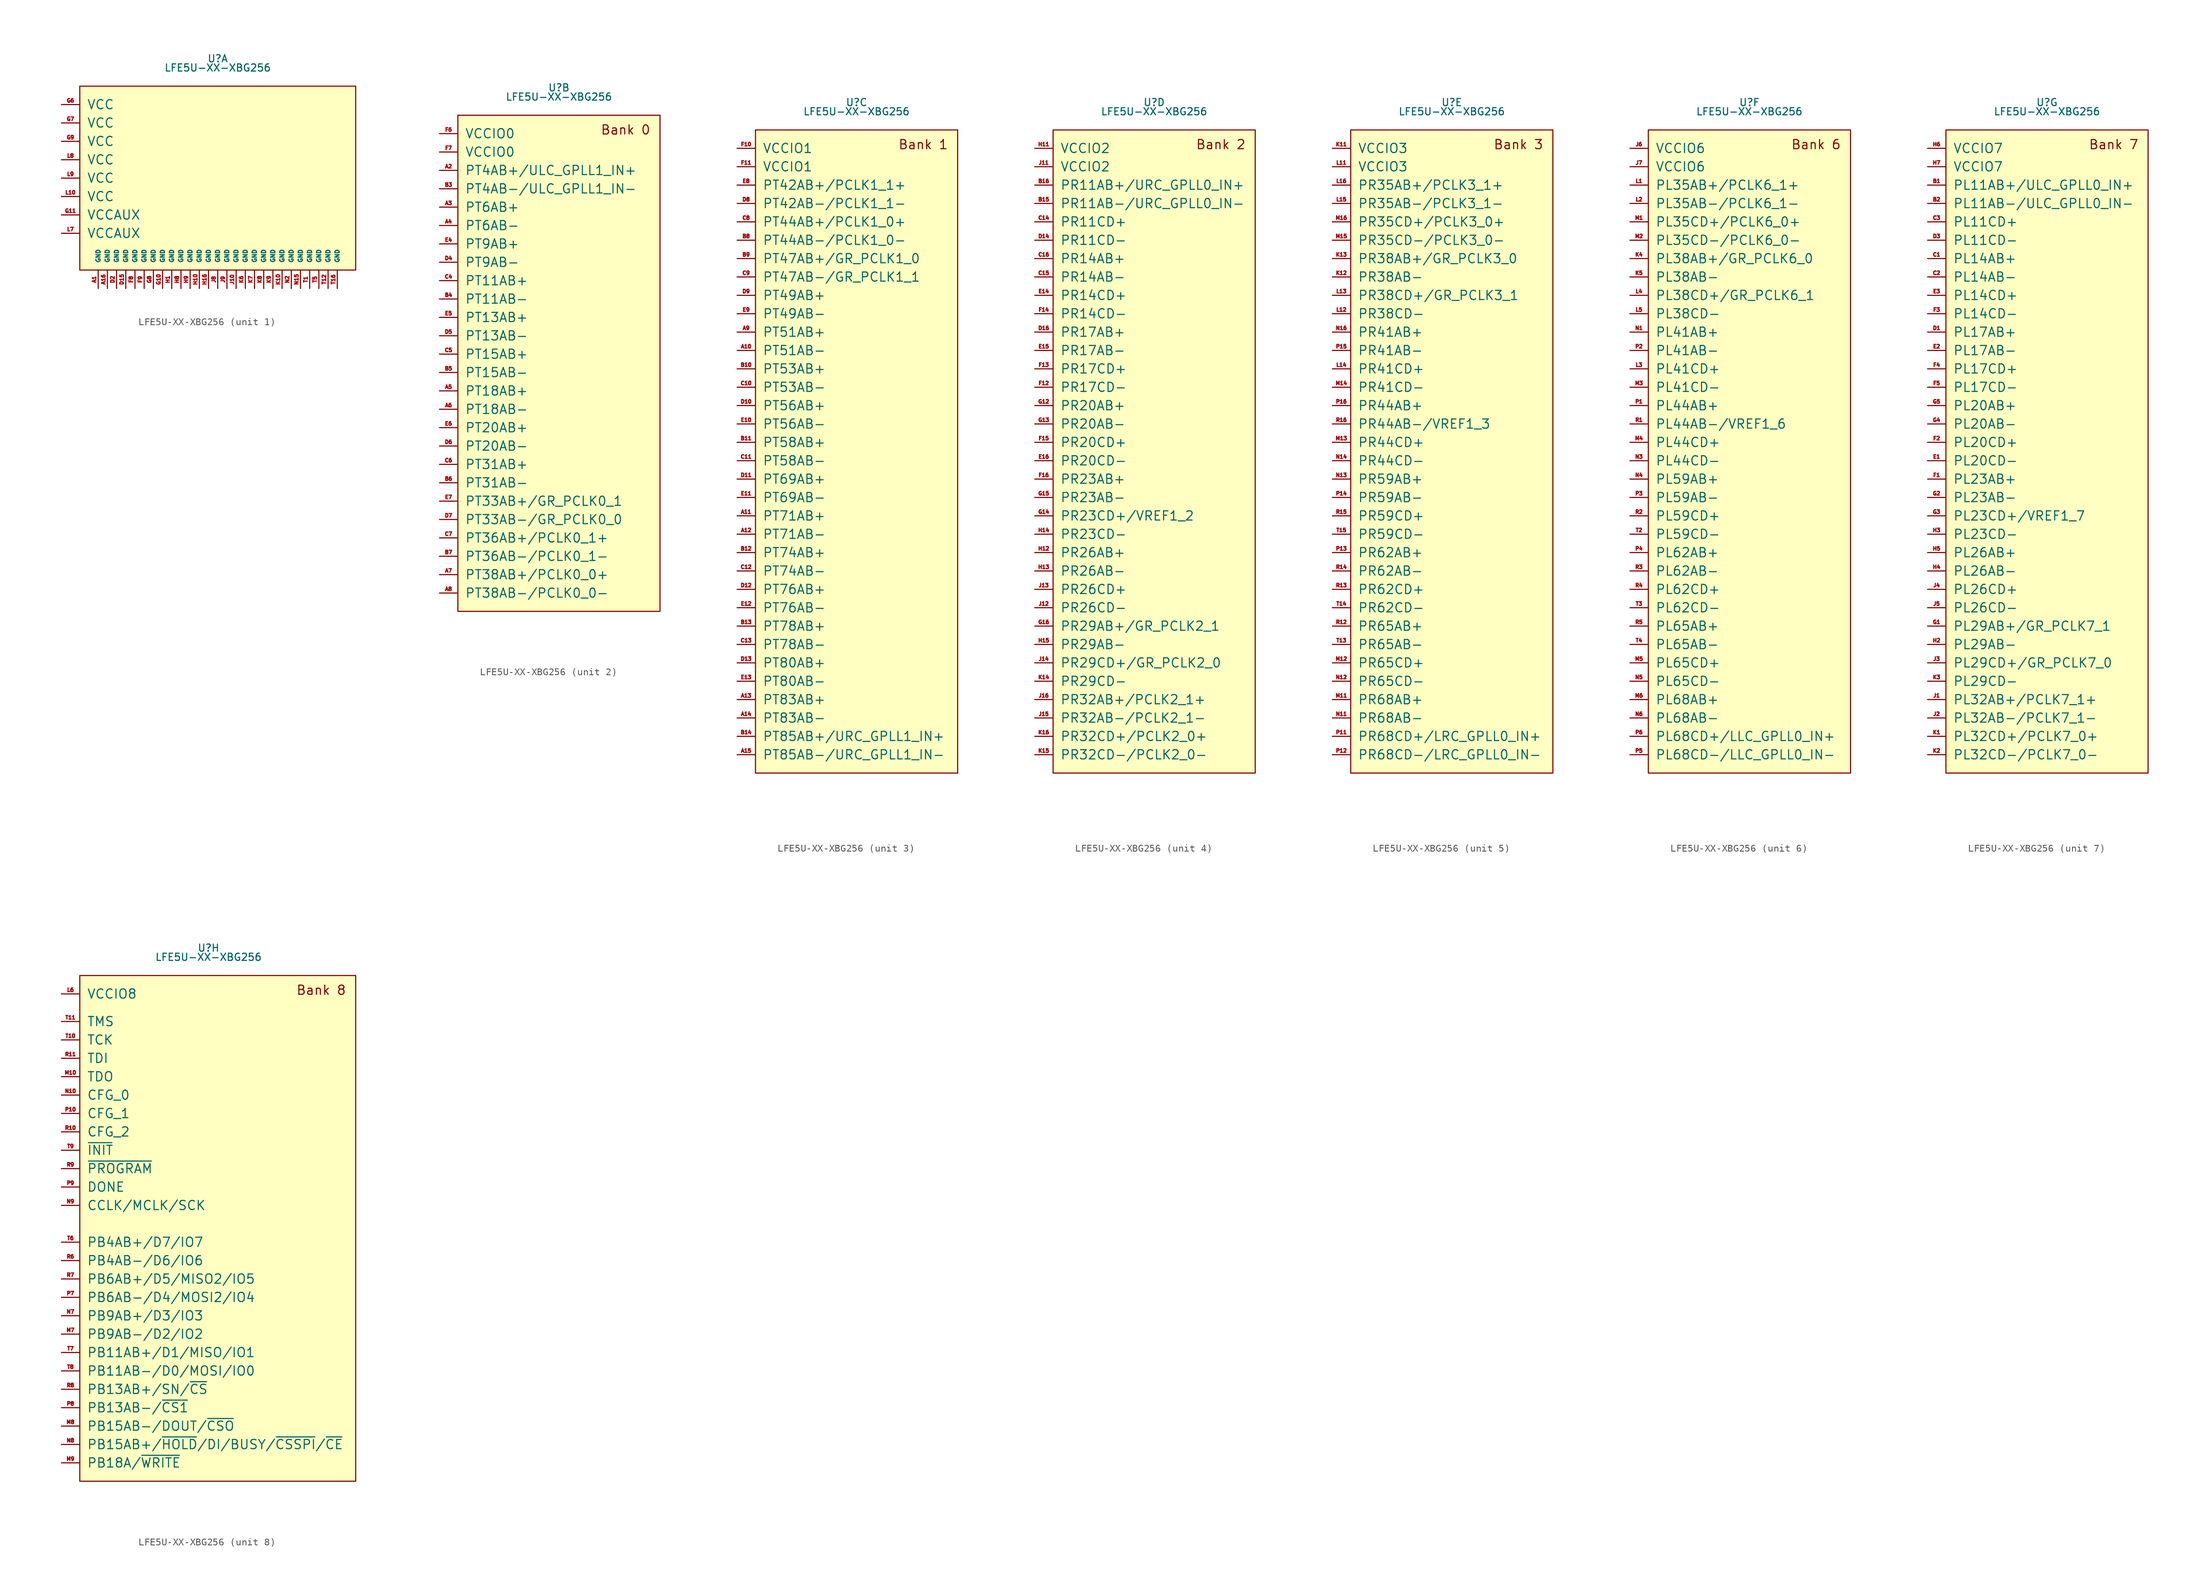
<source format=kicad_sym>
(kicad_symbol_lib
  (version 20201005)
  (generator kicad_symbol_editor)
  (symbol "LFE5U-XX-XBG256"
    (pin_names
      (offset 1.016))
    (property "Reference" "U"
      (at 0 21.59 0)
      (effects (font (size 0.991 0.991))))
    (property "Value" "LFE5U-XX-XBG256"
      (at 0 20.32 0)
      (effects (font (size 0.991 0.991))))
    (property "ki_locked" ""
      (at 0 0 0)
      (effects (font (size 1.27 1.27))))
    (symbol "LFE5U-XX-XBG256_1_1"
      (rectangle (start -19.05 17.78) (end 19.05 -7.62) (stroke (width 0)) (fill (type background)))
      (pin power_in line (at -16.51 -10.16 90) (length 2.489) (name "GND" (effects (font (size 0.584 0.584)))) (number "A1" (effects (font (size 0.508 0.508)))))
      (pin power_in line (at -15.24 -10.16 90) (length 2.489) (name "GND" (effects (font (size 0.584 0.584)))) (number "A16" (effects (font (size 0.508 0.508)))))
      (pin power_in line (at -12.7 -10.16 90) (length 2.489) (name "GND" (effects (font (size 0.584 0.584)))) (number "D15" (effects (font (size 0.508 0.508)))))
      (pin power_in line (at -13.97 -10.16 90) (length 2.489) (name "GND" (effects (font (size 0.584 0.584)))) (number "D2" (effects (font (size 0.508 0.508)))))
      (pin power_in line (at -11.43 -10.16 90) (length 2.489) (name "GND" (effects (font (size 0.584 0.584)))) (number "F8" (effects (font (size 0.508 0.508)))))
      (pin power_in line (at -10.16 -10.16 90) (length 2.489) (name "GND" (effects (font (size 0.584 0.584)))) (number "F9" (effects (font (size 0.508 0.508)))))
      (pin power_in line (at -7.62 -10.16 90) (length 2.489) (name "GND" (effects (font (size 0.584 0.584)))) (number "G10" (effects (font (size 0.508 0.508)))))
      (pin power_in line (at -21.59 0 0) (length 2.489) (name "VCCAUX" (effects (font (size 1.27 1.27)))) (number "G11" (effects (font (size 0.508 0.508)))))
      (pin power_in line (at -21.59 15.24 0) (length 2.489) (name "VCC" (effects (font (size 1.27 1.27)))) (number "G6" (effects (font (size 0.508 0.508)))))
      (pin power_in line (at -21.59 12.7 0) (length 2.489) (name "VCC" (effects (font (size 1.27 1.27)))) (number "G7" (effects (font (size 0.508 0.508)))))
      (pin power_in line (at -8.89 -10.16 90) (length 2.489) (name "GND" (effects (font (size 0.584 0.584)))) (number "G8" (effects (font (size 0.508 0.508)))))
      (pin power_in line (at -21.59 10.16 0) (length 2.489) (name "VCC" (effects (font (size 1.27 1.27)))) (number "G9" (effects (font (size 0.508 0.508)))))
      (pin power_in line (at -6.35 -10.16 90) (length 2.489) (name "GND" (effects (font (size 0.584 0.584)))) (number "H1" (effects (font (size 0.508 0.508)))))
      (pin power_in line (at -2.54 -10.16 90) (length 2.489) (name "GND" (effects (font (size 0.584 0.584)))) (number "H10" (effects (font (size 0.508 0.508)))))
      (pin power_in line (at -1.27 -10.16 90) (length 2.489) (name "GND" (effects (font (size 0.584 0.584)))) (number "H16" (effects (font (size 0.508 0.508)))))
      (pin power_in line (at -5.08 -10.16 90) (length 2.489) (name "GND" (effects (font (size 0.584 0.584)))) (number "H8" (effects (font (size 0.508 0.508)))))
      (pin power_in line (at -3.81 -10.16 90) (length 2.489) (name "GND" (effects (font (size 0.584 0.584)))) (number "H9" (effects (font (size 0.508 0.508)))))
      (pin power_in line (at 2.54 -10.16 90) (length 2.489) (name "GND" (effects (font (size 0.584 0.584)))) (number "J10" (effects (font (size 0.508 0.508)))))
      (pin power_in line (at 0 -10.16 90) (length 2.489) (name "GND" (effects (font (size 0.584 0.584)))) (number "J8" (effects (font (size 0.508 0.508)))))
      (pin power_in line (at 1.27 -10.16 90) (length 2.489) (name "GND" (effects (font (size 0.584 0.584)))) (number "J9" (effects (font (size 0.508 0.508)))))
      (pin power_in line (at 8.89 -10.16 90) (length 2.489) (name "GND" (effects (font (size 0.584 0.584)))) (number "K10" (effects (font (size 0.508 0.508)))))
      (pin power_in line (at 3.81 -10.16 90) (length 2.489) (name "GND" (effects (font (size 0.584 0.584)))) (number "K6" (effects (font (size 0.508 0.508)))))
      (pin power_in line (at 5.08 -10.16 90) (length 2.489) (name "GND" (effects (font (size 0.584 0.584)))) (number "K7" (effects (font (size 0.508 0.508)))))
      (pin power_in line (at 6.35 -10.16 90) (length 2.489) (name "GND" (effects (font (size 0.584 0.584)))) (number "K8" (effects (font (size 0.508 0.508)))))
      (pin power_in line (at 7.62 -10.16 90) (length 2.489) (name "GND" (effects (font (size 0.584 0.584)))) (number "K9" (effects (font (size 0.508 0.508)))))
      (pin power_in line (at -21.59 2.54 0) (length 2.489) (name "VCC" (effects (font (size 1.27 1.27)))) (number "L10" (effects (font (size 0.508 0.508)))))
      (pin power_in line (at -21.59 -2.54 0) (length 2.489) (name "VCCAUX" (effects (font (size 1.27 1.27)))) (number "L7" (effects (font (size 0.508 0.508)))))
      (pin power_in line (at -21.59 7.62 0) (length 2.489) (name "VCC" (effects (font (size 1.27 1.27)))) (number "L8" (effects (font (size 0.508 0.508)))))
      (pin power_in line (at -21.59 5.08 0) (length 2.489) (name "VCC" (effects (font (size 1.27 1.27)))) (number "L9" (effects (font (size 0.508 0.508)))))
      (pin power_in line (at 11.43 -10.16 90) (length 2.489) (name "GND" (effects (font (size 0.584 0.584)))) (number "N15" (effects (font (size 0.508 0.508)))))
      (pin power_in line (at 10.16 -10.16 90) (length 2.489) (name "GND" (effects (font (size 0.584 0.584)))) (number "N2" (effects (font (size 0.508 0.508)))))
      (pin power_in line (at 12.7 -10.16 90) (length 2.489) (name "GND" (effects (font (size 0.584 0.584)))) (number "T1" (effects (font (size 0.508 0.508)))))
      (pin power_in line (at 15.24 -10.16 90) (length 2.489) (name "GND" (effects (font (size 0.584 0.584)))) (number "T12" (effects (font (size 0.508 0.508)))))
      (pin power_in line (at 16.51 -10.16 90) (length 2.489) (name "GND" (effects (font (size 0.584 0.584)))) (number "T16" (effects (font (size 0.508 0.508)))))
      (pin power_in line (at 13.97 -10.16 90) (length 2.489) (name "GND" (effects (font (size 0.584 0.584)))) (number "T5" (effects (font (size 0.508 0.508))))))
    (symbol "LFE5U-XX-XBG256_2_1"
      (text "Bank 0" (at 12.7 16.51 0) (effects (font (size 1.27 1.27)) (justify right top)))
      (rectangle (start -13.97 17.78) (end 13.97 -50.8) (stroke (width 0.152)) (fill (type background)))
      (pin bidirectional line (at -16.51 10.16 0) (length 2.489) (name "PT4AB+/ULC_GPLL1_IN+" (effects (font (size 1.27 1.27)))) (number "A2" (effects (font (size 0.508 0.508)))))
      (pin bidirectional line (at -16.51 5.08 0) (length 2.489) (name "PT6AB+" (effects (font (size 1.27 1.27)))) (number "A3" (effects (font (size 0.508 0.508)))))
      (pin bidirectional line (at -16.51 2.54 0) (length 2.489) (name "PT6AB-" (effects (font (size 1.27 1.27)))) (number "A4" (effects (font (size 0.508 0.508)))))
      (pin bidirectional line (at -16.51 -20.32 0) (length 2.489) (name "PT18AB+" (effects (font (size 1.27 1.27)))) (number "A5" (effects (font (size 0.508 0.508)))))
      (pin bidirectional line (at -16.51 -22.86 0) (length 2.489) (name "PT18AB-" (effects (font (size 1.27 1.27)))) (number "A6" (effects (font (size 0.508 0.508)))))
      (pin bidirectional line (at -16.51 -45.72 0) (length 2.489) (name "PT38AB+/PCLK0_0+" (effects (font (size 1.27 1.27)))) (number "A7" (effects (font (size 0.508 0.508)))))
      (pin bidirectional line (at -16.51 -48.26 0) (length 2.489) (name "PT38AB-/PCLK0_0-" (effects (font (size 1.27 1.27)))) (number "A8" (effects (font (size 0.508 0.508)))))
      (pin bidirectional line (at -16.51 7.62 0) (length 2.489) (name "PT4AB-/ULC_GPLL1_IN-" (effects (font (size 1.27 1.27)))) (number "B3" (effects (font (size 0.508 0.508)))))
      (pin bidirectional line (at -16.51 -7.62 0) (length 2.489) (name "PT11AB-" (effects (font (size 1.27 1.27)))) (number "B4" (effects (font (size 0.508 0.508)))))
      (pin bidirectional line (at -16.51 -17.78 0) (length 2.489) (name "PT15AB-" (effects (font (size 1.27 1.27)))) (number "B5" (effects (font (size 0.508 0.508)))))
      (pin bidirectional line (at -16.51 -33.02 0) (length 2.489) (name "PT31AB-" (effects (font (size 1.27 1.27)))) (number "B6" (effects (font (size 0.508 0.508)))))
      (pin bidirectional line (at -16.51 -43.18 0) (length 2.489) (name "PT36AB-/PCLK0_1-" (effects (font (size 1.27 1.27)))) (number "B7" (effects (font (size 0.508 0.508)))))
      (pin bidirectional line (at -16.51 -5.08 0) (length 2.489) (name "PT11AB+" (effects (font (size 1.27 1.27)))) (number "C4" (effects (font (size 0.508 0.508)))))
      (pin bidirectional line (at -16.51 -15.24 0) (length 2.489) (name "PT15AB+" (effects (font (size 1.27 1.27)))) (number "C5" (effects (font (size 0.508 0.508)))))
      (pin bidirectional line (at -16.51 -30.48 0) (length 2.489) (name "PT31AB+" (effects (font (size 1.27 1.27)))) (number "C6" (effects (font (size 0.508 0.508)))))
      (pin bidirectional line (at -16.51 -40.64 0) (length 2.489) (name "PT36AB+/PCLK0_1+" (effects (font (size 1.27 1.27)))) (number "C7" (effects (font (size 0.508 0.508)))))
      (pin bidirectional line (at -16.51 -2.54 0) (length 2.489) (name "PT9AB-" (effects (font (size 1.27 1.27)))) (number "D4" (effects (font (size 0.508 0.508)))))
      (pin bidirectional line (at -16.51 -12.7 0) (length 2.489) (name "PT13AB-" (effects (font (size 1.27 1.27)))) (number "D5" (effects (font (size 0.508 0.508)))))
      (pin bidirectional line (at -16.51 -27.94 0) (length 2.489) (name "PT20AB-" (effects (font (size 1.27 1.27)))) (number "D6" (effects (font (size 0.508 0.508)))))
      (pin bidirectional line (at -16.51 -38.1 0) (length 2.489) (name "PT33AB-/GR_PCLK0_0" (effects (font (size 1.27 1.27)))) (number "D7" (effects (font (size 0.508 0.508)))))
      (pin bidirectional line (at -16.51 0 0) (length 2.489) (name "PT9AB+" (effects (font (size 1.27 1.27)))) (number "E4" (effects (font (size 0.508 0.508)))))
      (pin bidirectional line (at -16.51 -10.16 0) (length 2.489) (name "PT13AB+" (effects (font (size 1.27 1.27)))) (number "E5" (effects (font (size 0.508 0.508)))))
      (pin bidirectional line (at -16.51 -25.4 0) (length 2.489) (name "PT20AB+" (effects (font (size 1.27 1.27)))) (number "E6" (effects (font (size 0.508 0.508)))))
      (pin bidirectional line (at -16.51 -35.56 0) (length 2.489) (name "PT33AB+/GR_PCLK0_1" (effects (font (size 1.27 1.27)))) (number "E7" (effects (font (size 0.508 0.508)))))
      (pin power_in line (at -16.51 15.24 0) (length 2.489) (name "VCCIO0" (effects (font (size 1.27 1.27)))) (number "F6" (effects (font (size 0.508 0.508)))))
      (pin power_in line (at -16.51 12.7 0) (length 2.489) (name "VCCIO0" (effects (font (size 1.27 1.27)))) (number "F7" (effects (font (size 0.508 0.508))))))
    (symbol "LFE5U-XX-XBG256_3_1"
      (text "Bank 1" (at 12.7 16.51 0) (effects (font (size 1.27 1.27)) (justify right top)))
      (rectangle (start -13.97 17.78) (end 13.97 -71.12) (stroke (width 0.152)) (fill (type background)))
      (pin bidirectional line (at -16.51 -12.7 0) (length 2.489) (name "PT51AB-" (effects (font (size 1.27 1.27)))) (number "A10" (effects (font (size 0.508 0.508)))))
      (pin bidirectional line (at -16.51 -35.56 0) (length 2.489) (name "PT71AB+" (effects (font (size 1.27 1.27)))) (number "A11" (effects (font (size 0.508 0.508)))))
      (pin bidirectional line (at -16.51 -38.1 0) (length 2.489) (name "PT71AB-" (effects (font (size 1.27 1.27)))) (number "A12" (effects (font (size 0.508 0.508)))))
      (pin bidirectional line (at -16.51 -60.96 0) (length 2.489) (name "PT83AB+" (effects (font (size 1.27 1.27)))) (number "A13" (effects (font (size 0.508 0.508)))))
      (pin bidirectional line (at -16.51 -63.5 0) (length 2.489) (name "PT83AB-" (effects (font (size 1.27 1.27)))) (number "A14" (effects (font (size 0.508 0.508)))))
      (pin bidirectional line (at -16.51 -68.58 0) (length 2.489) (name "PT85AB-/URC_GPLL1_IN-" (effects (font (size 1.27 1.27)))) (number "A15" (effects (font (size 0.508 0.508)))))
      (pin bidirectional line (at -16.51 -10.16 0) (length 2.489) (name "PT51AB+" (effects (font (size 1.27 1.27)))) (number "A9" (effects (font (size 0.508 0.508)))))
      (pin bidirectional line (at -16.51 -15.24 0) (length 2.489) (name "PT53AB+" (effects (font (size 1.27 1.27)))) (number "B10" (effects (font (size 0.508 0.508)))))
      (pin bidirectional line (at -16.51 -25.4 0) (length 2.489) (name "PT58AB+" (effects (font (size 1.27 1.27)))) (number "B11" (effects (font (size 0.508 0.508)))))
      (pin bidirectional line (at -16.51 -40.64 0) (length 2.489) (name "PT74AB+" (effects (font (size 1.27 1.27)))) (number "B12" (effects (font (size 0.508 0.508)))))
      (pin bidirectional line (at -16.51 -50.8 0) (length 2.489) (name "PT78AB+" (effects (font (size 1.27 1.27)))) (number "B13" (effects (font (size 0.508 0.508)))))
      (pin bidirectional line (at -16.51 -66.04 0) (length 2.489) (name "PT85AB+/URC_GPLL1_IN+" (effects (font (size 1.27 1.27)))) (number "B14" (effects (font (size 0.508 0.508)))))
      (pin bidirectional line (at -16.51 2.54 0) (length 2.489) (name "PT44AB-/PCLK1_0-" (effects (font (size 1.27 1.27)))) (number "B8" (effects (font (size 0.508 0.508)))))
      (pin bidirectional line (at -16.51 0 0) (length 2.489) (name "PT47AB+/GR_PCLK1_0" (effects (font (size 1.27 1.27)))) (number "B9" (effects (font (size 0.508 0.508)))))
      (pin bidirectional line (at -16.51 -17.78 0) (length 2.489) (name "PT53AB-" (effects (font (size 1.27 1.27)))) (number "C10" (effects (font (size 0.508 0.508)))))
      (pin bidirectional line (at -16.51 -27.94 0) (length 2.489) (name "PT58AB-" (effects (font (size 1.27 1.27)))) (number "C11" (effects (font (size 0.508 0.508)))))
      (pin bidirectional line (at -16.51 -43.18 0) (length 2.489) (name "PT74AB-" (effects (font (size 1.27 1.27)))) (number "C12" (effects (font (size 0.508 0.508)))))
      (pin bidirectional line (at -16.51 -53.34 0) (length 2.489) (name "PT78AB-" (effects (font (size 1.27 1.27)))) (number "C13" (effects (font (size 0.508 0.508)))))
      (pin bidirectional line (at -16.51 5.08 0) (length 2.489) (name "PT44AB+/PCLK1_0+" (effects (font (size 1.27 1.27)))) (number "C8" (effects (font (size 0.508 0.508)))))
      (pin bidirectional line (at -16.51 -2.54 0) (length 2.489) (name "PT47AB-/GR_PCLK1_1" (effects (font (size 1.27 1.27)))) (number "C9" (effects (font (size 0.508 0.508)))))
      (pin bidirectional line (at -16.51 -20.32 0) (length 2.489) (name "PT56AB+" (effects (font (size 1.27 1.27)))) (number "D10" (effects (font (size 0.508 0.508)))))
      (pin bidirectional line (at -16.51 -30.48 0) (length 2.489) (name "PT69AB+" (effects (font (size 1.27 1.27)))) (number "D11" (effects (font (size 0.508 0.508)))))
      (pin bidirectional line (at -16.51 -45.72 0) (length 2.489) (name "PT76AB+" (effects (font (size 1.27 1.27)))) (number "D12" (effects (font (size 0.508 0.508)))))
      (pin bidirectional line (at -16.51 -55.88 0) (length 2.489) (name "PT80AB+" (effects (font (size 1.27 1.27)))) (number "D13" (effects (font (size 0.508 0.508)))))
      (pin bidirectional line (at -16.51 7.62 0) (length 2.489) (name "PT42AB-/PCLK1_1-" (effects (font (size 1.27 1.27)))) (number "D8" (effects (font (size 0.508 0.508)))))
      (pin bidirectional line (at -16.51 -5.08 0) (length 2.489) (name "PT49AB+" (effects (font (size 1.27 1.27)))) (number "D9" (effects (font (size 0.508 0.508)))))
      (pin bidirectional line (at -16.51 -22.86 0) (length 2.489) (name "PT56AB-" (effects (font (size 1.27 1.27)))) (number "E10" (effects (font (size 0.508 0.508)))))
      (pin bidirectional line (at -16.51 -33.02 0) (length 2.489) (name "PT69AB-" (effects (font (size 1.27 1.27)))) (number "E11" (effects (font (size 0.508 0.508)))))
      (pin bidirectional line (at -16.51 -48.26 0) (length 2.489) (name "PT76AB-" (effects (font (size 1.27 1.27)))) (number "E12" (effects (font (size 0.508 0.508)))))
      (pin bidirectional line (at -16.51 -58.42 0) (length 2.489) (name "PT80AB-" (effects (font (size 1.27 1.27)))) (number "E13" (effects (font (size 0.508 0.508)))))
      (pin bidirectional line (at -16.51 10.16 0) (length 2.489) (name "PT42AB+/PCLK1_1+" (effects (font (size 1.27 1.27)))) (number "E8" (effects (font (size 0.508 0.508)))))
      (pin bidirectional line (at -16.51 -7.62 0) (length 2.489) (name "PT49AB-" (effects (font (size 1.27 1.27)))) (number "E9" (effects (font (size 0.508 0.508)))))
      (pin power_in line (at -16.51 15.24 0) (length 2.489) (name "VCCIO1" (effects (font (size 1.27 1.27)))) (number "F10" (effects (font (size 0.508 0.508)))))
      (pin power_in line (at -16.51 12.7 0) (length 2.489) (name "VCCIO1" (effects (font (size 1.27 1.27)))) (number "F11" (effects (font (size 0.508 0.508))))))
    (symbol "LFE5U-XX-XBG256_4_1"
      (text "Bank 2" (at 12.7 16.51 0) (effects (font (size 1.27 1.27)) (justify right top)))
      (rectangle (start -13.97 17.78) (end 13.97 -71.12) (stroke (width 0.152)) (fill (type background)))
      (pin bidirectional line (at -16.51 7.62 0) (length 2.489) (name "PR11AB-/URC_GPLL0_IN-" (effects (font (size 1.27 1.27)))) (number "B15" (effects (font (size 0.508 0.508)))))
      (pin bidirectional line (at -16.51 10.16 0) (length 2.489) (name "PR11AB+/URC_GPLL0_IN+" (effects (font (size 1.27 1.27)))) (number "B16" (effects (font (size 0.508 0.508)))))
      (pin bidirectional line (at -16.51 5.08 0) (length 2.489) (name "PR11CD+" (effects (font (size 1.27 1.27)))) (number "C14" (effects (font (size 0.508 0.508)))))
      (pin bidirectional line (at -16.51 -2.54 0) (length 2.489) (name "PR14AB-" (effects (font (size 1.27 1.27)))) (number "C15" (effects (font (size 0.508 0.508)))))
      (pin bidirectional line (at -16.51 0 0) (length 2.489) (name "PR14AB+" (effects (font (size 1.27 1.27)))) (number "C16" (effects (font (size 0.508 0.508)))))
      (pin bidirectional line (at -16.51 2.54 0) (length 2.489) (name "PR11CD-" (effects (font (size 1.27 1.27)))) (number "D14" (effects (font (size 0.508 0.508)))))
      (pin bidirectional line (at -16.51 -10.16 0) (length 2.489) (name "PR17AB+" (effects (font (size 1.27 1.27)))) (number "D16" (effects (font (size 0.508 0.508)))))
      (pin bidirectional line (at -16.51 -5.08 0) (length 2.489) (name "PR14CD+" (effects (font (size 1.27 1.27)))) (number "E14" (effects (font (size 0.508 0.508)))))
      (pin bidirectional line (at -16.51 -12.7 0) (length 2.489) (name "PR17AB-" (effects (font (size 1.27 1.27)))) (number "E15" (effects (font (size 0.508 0.508)))))
      (pin bidirectional line (at -16.51 -27.94 0) (length 2.489) (name "PR20CD-" (effects (font (size 1.27 1.27)))) (number "E16" (effects (font (size 0.508 0.508)))))
      (pin bidirectional line (at -16.51 -17.78 0) (length 2.489) (name "PR17CD-" (effects (font (size 1.27 1.27)))) (number "F12" (effects (font (size 0.508 0.508)))))
      (pin bidirectional line (at -16.51 -15.24 0) (length 2.489) (name "PR17CD+" (effects (font (size 1.27 1.27)))) (number "F13" (effects (font (size 0.508 0.508)))))
      (pin bidirectional line (at -16.51 -7.62 0) (length 2.489) (name "PR14CD-" (effects (font (size 1.27 1.27)))) (number "F14" (effects (font (size 0.508 0.508)))))
      (pin bidirectional line (at -16.51 -25.4 0) (length 2.489) (name "PR20CD+" (effects (font (size 1.27 1.27)))) (number "F15" (effects (font (size 0.508 0.508)))))
      (pin bidirectional line (at -16.51 -30.48 0) (length 2.489) (name "PR23AB+" (effects (font (size 1.27 1.27)))) (number "F16" (effects (font (size 0.508 0.508)))))
      (pin bidirectional line (at -16.51 -20.32 0) (length 2.489) (name "PR20AB+" (effects (font (size 1.27 1.27)))) (number "G12" (effects (font (size 0.508 0.508)))))
      (pin bidirectional line (at -16.51 -22.86 0) (length 2.489) (name "PR20AB-" (effects (font (size 1.27 1.27)))) (number "G13" (effects (font (size 0.508 0.508)))))
      (pin bidirectional line (at -16.51 -35.56 0) (length 2.489) (name "PR23CD+/VREF1_2" (effects (font (size 1.27 1.27)))) (number "G14" (effects (font (size 0.508 0.508)))))
      (pin bidirectional line (at -16.51 -33.02 0) (length 2.489) (name "PR23AB-" (effects (font (size 1.27 1.27)))) (number "G15" (effects (font (size 0.508 0.508)))))
      (pin bidirectional line (at -16.51 -50.8 0) (length 2.489) (name "PR29AB+/GR_PCLK2_1" (effects (font (size 1.27 1.27)))) (number "G16" (effects (font (size 0.508 0.508)))))
      (pin power_in line (at -16.51 15.24 0) (length 2.489) (name "VCCIO2" (effects (font (size 1.27 1.27)))) (number "H11" (effects (font (size 0.508 0.508)))))
      (pin bidirectional line (at -16.51 -40.64 0) (length 2.489) (name "PR26AB+" (effects (font (size 1.27 1.27)))) (number "H12" (effects (font (size 0.508 0.508)))))
      (pin bidirectional line (at -16.51 -43.18 0) (length 2.489) (name "PR26AB-" (effects (font (size 1.27 1.27)))) (number "H13" (effects (font (size 0.508 0.508)))))
      (pin bidirectional line (at -16.51 -38.1 0) (length 2.489) (name "PR23CD-" (effects (font (size 1.27 1.27)))) (number "H14" (effects (font (size 0.508 0.508)))))
      (pin bidirectional line (at -16.51 -53.34 0) (length 2.489) (name "PR29AB-" (effects (font (size 1.27 1.27)))) (number "H15" (effects (font (size 0.508 0.508)))))
      (pin power_in line (at -16.51 12.7 0) (length 2.489) (name "VCCIO2" (effects (font (size 1.27 1.27)))) (number "J11" (effects (font (size 0.508 0.508)))))
      (pin bidirectional line (at -16.51 -48.26 0) (length 2.489) (name "PR26CD-" (effects (font (size 1.27 1.27)))) (number "J12" (effects (font (size 0.508 0.508)))))
      (pin bidirectional line (at -16.51 -45.72 0) (length 2.489) (name "PR26CD+" (effects (font (size 1.27 1.27)))) (number "J13" (effects (font (size 0.508 0.508)))))
      (pin bidirectional line (at -16.51 -55.88 0) (length 2.489) (name "PR29CD+/GR_PCLK2_0" (effects (font (size 1.27 1.27)))) (number "J14" (effects (font (size 0.508 0.508)))))
      (pin bidirectional line (at -16.51 -63.5 0) (length 2.489) (name "PR32AB-/PCLK2_1-" (effects (font (size 1.27 1.27)))) (number "J15" (effects (font (size 0.508 0.508)))))
      (pin bidirectional line (at -16.51 -60.96 0) (length 2.489) (name "PR32AB+/PCLK2_1+" (effects (font (size 1.27 1.27)))) (number "J16" (effects (font (size 0.508 0.508)))))
      (pin bidirectional line (at -16.51 -58.42 0) (length 2.489) (name "PR29CD-" (effects (font (size 1.27 1.27)))) (number "K14" (effects (font (size 0.508 0.508)))))
      (pin bidirectional line (at -16.51 -68.58 0) (length 2.489) (name "PR32CD-/PCLK2_0-" (effects (font (size 1.27 1.27)))) (number "K15" (effects (font (size 0.508 0.508)))))
      (pin bidirectional line (at -16.51 -66.04 0) (length 2.489) (name "PR32CD+/PCLK2_0+" (effects (font (size 1.27 1.27)))) (number "K16" (effects (font (size 0.508 0.508))))))
    (symbol "LFE5U-XX-XBG256_5_1"
      (text "Bank 3" (at 12.7 16.51 0) (effects (font (size 1.27 1.27)) (justify right top)))
      (rectangle (start -13.97 17.78) (end 13.97 -71.12) (stroke (width 0.152)) (fill (type background)))
      (pin power_in line (at -16.51 15.24 0) (length 2.489) (name "VCCIO3" (effects (font (size 1.27 1.27)))) (number "K11" (effects (font (size 0.508 0.508)))))
      (pin bidirectional line (at -16.51 -2.54 0) (length 2.489) (name "PR38AB-" (effects (font (size 1.27 1.27)))) (number "K12" (effects (font (size 0.508 0.508)))))
      (pin bidirectional line (at -16.51 0 0) (length 2.489) (name "PR38AB+/GR_PCLK3_0" (effects (font (size 1.27 1.27)))) (number "K13" (effects (font (size 0.508 0.508)))))
      (pin power_in line (at -16.51 12.7 0) (length 2.489) (name "VCCIO3" (effects (font (size 1.27 1.27)))) (number "L11" (effects (font (size 0.508 0.508)))))
      (pin bidirectional line (at -16.51 -7.62 0) (length 2.489) (name "PR38CD-" (effects (font (size 1.27 1.27)))) (number "L12" (effects (font (size 0.508 0.508)))))
      (pin bidirectional line (at -16.51 -5.08 0) (length 2.489) (name "PR38CD+/GR_PCLK3_1" (effects (font (size 1.27 1.27)))) (number "L13" (effects (font (size 0.508 0.508)))))
      (pin bidirectional line (at -16.51 -15.24 0) (length 2.489) (name "PR41CD+" (effects (font (size 1.27 1.27)))) (number "L14" (effects (font (size 0.508 0.508)))))
      (pin bidirectional line (at -16.51 7.62 0) (length 2.489) (name "PR35AB-/PCLK3_1-" (effects (font (size 1.27 1.27)))) (number "L15" (effects (font (size 0.508 0.508)))))
      (pin bidirectional line (at -16.51 10.16 0) (length 2.489) (name "PR35AB+/PCLK3_1+" (effects (font (size 1.27 1.27)))) (number "L16" (effects (font (size 0.508 0.508)))))
      (pin bidirectional line (at -16.51 -60.96 0) (length 2.489) (name "PR68AB+" (effects (font (size 1.27 1.27)))) (number "M11" (effects (font (size 0.508 0.508)))))
      (pin bidirectional line (at -16.51 -55.88 0) (length 2.489) (name "PR65CD+" (effects (font (size 1.27 1.27)))) (number "M12" (effects (font (size 0.508 0.508)))))
      (pin bidirectional line (at -16.51 -25.4 0) (length 2.489) (name "PR44CD+" (effects (font (size 1.27 1.27)))) (number "M13" (effects (font (size 0.508 0.508)))))
      (pin bidirectional line (at -16.51 -17.78 0) (length 2.489) (name "PR41CD-" (effects (font (size 1.27 1.27)))) (number "M14" (effects (font (size 0.508 0.508)))))
      (pin bidirectional line (at -16.51 2.54 0) (length 2.489) (name "PR35CD-/PCLK3_0-" (effects (font (size 1.27 1.27)))) (number "M15" (effects (font (size 0.508 0.508)))))
      (pin bidirectional line (at -16.51 5.08 0) (length 2.489) (name "PR35CD+/PCLK3_0+" (effects (font (size 1.27 1.27)))) (number "M16" (effects (font (size 0.508 0.508)))))
      (pin bidirectional line (at -16.51 -63.5 0) (length 2.489) (name "PR68AB-" (effects (font (size 1.27 1.27)))) (number "N11" (effects (font (size 0.508 0.508)))))
      (pin bidirectional line (at -16.51 -58.42 0) (length 2.489) (name "PR65CD-" (effects (font (size 1.27 1.27)))) (number "N12" (effects (font (size 0.508 0.508)))))
      (pin bidirectional line (at -16.51 -30.48 0) (length 2.489) (name "PR59AB+" (effects (font (size 1.27 1.27)))) (number "N13" (effects (font (size 0.508 0.508)))))
      (pin bidirectional line (at -16.51 -27.94 0) (length 2.489) (name "PR44CD-" (effects (font (size 1.27 1.27)))) (number "N14" (effects (font (size 0.508 0.508)))))
      (pin bidirectional line (at -16.51 -10.16 0) (length 2.489) (name "PR41AB+" (effects (font (size 1.27 1.27)))) (number "N16" (effects (font (size 0.508 0.508)))))
      (pin bidirectional line (at -16.51 -66.04 0) (length 2.489) (name "PR68CD+/LRC_GPLL0_IN+" (effects (font (size 1.27 1.27)))) (number "P11" (effects (font (size 0.508 0.508)))))
      (pin bidirectional line (at -16.51 -68.58 0) (length 2.489) (name "PR68CD-/LRC_GPLL0_IN-" (effects (font (size 1.27 1.27)))) (number "P12" (effects (font (size 0.508 0.508)))))
      (pin bidirectional line (at -16.51 -40.64 0) (length 2.489) (name "PR62AB+" (effects (font (size 1.27 1.27)))) (number "P13" (effects (font (size 0.508 0.508)))))
      (pin bidirectional line (at -16.51 -33.02 0) (length 2.489) (name "PR59AB-" (effects (font (size 1.27 1.27)))) (number "P14" (effects (font (size 0.508 0.508)))))
      (pin bidirectional line (at -16.51 -12.7 0) (length 2.489) (name "PR41AB-" (effects (font (size 1.27 1.27)))) (number "P15" (effects (font (size 0.508 0.508)))))
      (pin bidirectional line (at -16.51 -20.32 0) (length 2.489) (name "PR44AB+" (effects (font (size 1.27 1.27)))) (number "P16" (effects (font (size 0.508 0.508)))))
      (pin bidirectional line (at -16.51 -50.8 0) (length 2.489) (name "PR65AB+" (effects (font (size 1.27 1.27)))) (number "R12" (effects (font (size 0.508 0.508)))))
      (pin bidirectional line (at -16.51 -45.72 0) (length 2.489) (name "PR62CD+" (effects (font (size 1.27 1.27)))) (number "R13" (effects (font (size 0.508 0.508)))))
      (pin bidirectional line (at -16.51 -43.18 0) (length 2.489) (name "PR62AB-" (effects (font (size 1.27 1.27)))) (number "R14" (effects (font (size 0.508 0.508)))))
      (pin bidirectional line (at -16.51 -35.56 0) (length 2.489) (name "PR59CD+" (effects (font (size 1.27 1.27)))) (number "R15" (effects (font (size 0.508 0.508)))))
      (pin bidirectional line (at -16.51 -22.86 0) (length 2.489) (name "PR44AB-/VREF1_3" (effects (font (size 1.27 1.27)))) (number "R16" (effects (font (size 0.508 0.508)))))
      (pin bidirectional line (at -16.51 -53.34 0) (length 2.489) (name "PR65AB-" (effects (font (size 1.27 1.27)))) (number "T13" (effects (font (size 0.508 0.508)))))
      (pin bidirectional line (at -16.51 -48.26 0) (length 2.489) (name "PR62CD-" (effects (font (size 1.27 1.27)))) (number "T14" (effects (font (size 0.508 0.508)))))
      (pin bidirectional line (at -16.51 -38.1 0) (length 2.489) (name "PR59CD-" (effects (font (size 1.27 1.27)))) (number "T15" (effects (font (size 0.508 0.508))))))
    (symbol "LFE5U-XX-XBG256_6_1"
      (text "Bank 6" (at 12.7 16.51 0) (effects (font (size 1.27 1.27)) (justify right top)))
      (rectangle (start -13.97 17.78) (end 13.97 -71.12) (stroke (width 0.152)) (fill (type background)))
      (pin power_in line (at -16.51 15.24 0) (length 2.489) (name "VCCIO6" (effects (font (size 1.27 1.27)))) (number "J6" (effects (font (size 0.508 0.508)))))
      (pin power_in line (at -16.51 12.7 0) (length 2.489) (name "VCCIO6" (effects (font (size 1.27 1.27)))) (number "J7" (effects (font (size 0.508 0.508)))))
      (pin bidirectional line (at -16.51 0 0) (length 2.489) (name "PL38AB+/GR_PCLK6_0" (effects (font (size 1.27 1.27)))) (number "K4" (effects (font (size 0.508 0.508)))))
      (pin bidirectional line (at -16.51 -2.54 0) (length 2.489) (name "PL38AB-" (effects (font (size 1.27 1.27)))) (number "K5" (effects (font (size 0.508 0.508)))))
      (pin bidirectional line (at -16.51 10.16 0) (length 2.489) (name "PL35AB+/PCLK6_1+" (effects (font (size 1.27 1.27)))) (number "L1" (effects (font (size 0.508 0.508)))))
      (pin bidirectional line (at -16.51 7.62 0) (length 2.489) (name "PL35AB-/PCLK6_1-" (effects (font (size 1.27 1.27)))) (number "L2" (effects (font (size 0.508 0.508)))))
      (pin bidirectional line (at -16.51 -15.24 0) (length 2.489) (name "PL41CD+" (effects (font (size 1.27 1.27)))) (number "L3" (effects (font (size 0.508 0.508)))))
      (pin bidirectional line (at -16.51 -5.08 0) (length 2.489) (name "PL38CD+/GR_PCLK6_1" (effects (font (size 1.27 1.27)))) (number "L4" (effects (font (size 0.508 0.508)))))
      (pin bidirectional line (at -16.51 -7.62 0) (length 2.489) (name "PL38CD-" (effects (font (size 1.27 1.27)))) (number "L5" (effects (font (size 0.508 0.508)))))
      (pin bidirectional line (at -16.51 5.08 0) (length 2.489) (name "PL35CD+/PCLK6_0+" (effects (font (size 1.27 1.27)))) (number "M1" (effects (font (size 0.508 0.508)))))
      (pin bidirectional line (at -16.51 2.54 0) (length 2.489) (name "PL35CD-/PCLK6_0-" (effects (font (size 1.27 1.27)))) (number "M2" (effects (font (size 0.508 0.508)))))
      (pin bidirectional line (at -16.51 -17.78 0) (length 2.489) (name "PL41CD-" (effects (font (size 1.27 1.27)))) (number "M3" (effects (font (size 0.508 0.508)))))
      (pin bidirectional line (at -16.51 -25.4 0) (length 2.489) (name "PL44CD+" (effects (font (size 1.27 1.27)))) (number "M4" (effects (font (size 0.508 0.508)))))
      (pin bidirectional line (at -16.51 -55.88 0) (length 2.489) (name "PL65CD+" (effects (font (size 1.27 1.27)))) (number "M5" (effects (font (size 0.508 0.508)))))
      (pin bidirectional line (at -16.51 -60.96 0) (length 2.489) (name "PL68AB+" (effects (font (size 1.27 1.27)))) (number "M6" (effects (font (size 0.508 0.508)))))
      (pin bidirectional line (at -16.51 -10.16 0) (length 2.489) (name "PL41AB+" (effects (font (size 1.27 1.27)))) (number "N1" (effects (font (size 0.508 0.508)))))
      (pin bidirectional line (at -16.51 -27.94 0) (length 2.489) (name "PL44CD-" (effects (font (size 1.27 1.27)))) (number "N3" (effects (font (size 0.508 0.508)))))
      (pin bidirectional line (at -16.51 -30.48 0) (length 2.489) (name "PL59AB+" (effects (font (size 1.27 1.27)))) (number "N4" (effects (font (size 0.508 0.508)))))
      (pin bidirectional line (at -16.51 -58.42 0) (length 2.489) (name "PL65CD-" (effects (font (size 1.27 1.27)))) (number "N5" (effects (font (size 0.508 0.508)))))
      (pin bidirectional line (at -16.51 -63.5 0) (length 2.489) (name "PL68AB-" (effects (font (size 1.27 1.27)))) (number "N6" (effects (font (size 0.508 0.508)))))
      (pin bidirectional line (at -16.51 -20.32 0) (length 2.489) (name "PL44AB+" (effects (font (size 1.27 1.27)))) (number "P1" (effects (font (size 0.508 0.508)))))
      (pin bidirectional line (at -16.51 -12.7 0) (length 2.489) (name "PL41AB-" (effects (font (size 1.27 1.27)))) (number "P2" (effects (font (size 0.508 0.508)))))
      (pin bidirectional line (at -16.51 -33.02 0) (length 2.489) (name "PL59AB-" (effects (font (size 1.27 1.27)))) (number "P3" (effects (font (size 0.508 0.508)))))
      (pin bidirectional line (at -16.51 -40.64 0) (length 2.489) (name "PL62AB+" (effects (font (size 1.27 1.27)))) (number "P4" (effects (font (size 0.508 0.508)))))
      (pin bidirectional line (at -16.51 -68.58 0) (length 2.489) (name "PL68CD-/LLC_GPLL0_IN-" (effects (font (size 1.27 1.27)))) (number "P5" (effects (font (size 0.508 0.508)))))
      (pin bidirectional line (at -16.51 -66.04 0) (length 2.489) (name "PL68CD+/LLC_GPLL0_IN+" (effects (font (size 1.27 1.27)))) (number "P6" (effects (font (size 0.508 0.508)))))
      (pin bidirectional line (at -16.51 -22.86 0) (length 2.489) (name "PL44AB-/VREF1_6" (effects (font (size 1.27 1.27)))) (number "R1" (effects (font (size 0.508 0.508)))))
      (pin bidirectional line (at -16.51 -35.56 0) (length 2.489) (name "PL59CD+" (effects (font (size 1.27 1.27)))) (number "R2" (effects (font (size 0.508 0.508)))))
      (pin bidirectional line (at -16.51 -43.18 0) (length 2.489) (name "PL62AB-" (effects (font (size 1.27 1.27)))) (number "R3" (effects (font (size 0.508 0.508)))))
      (pin bidirectional line (at -16.51 -45.72 0) (length 2.489) (name "PL62CD+" (effects (font (size 1.27 1.27)))) (number "R4" (effects (font (size 0.508 0.508)))))
      (pin bidirectional line (at -16.51 -50.8 0) (length 2.489) (name "PL65AB+" (effects (font (size 1.27 1.27)))) (number "R5" (effects (font (size 0.508 0.508)))))
      (pin bidirectional line (at -16.51 -38.1 0) (length 2.489) (name "PL59CD-" (effects (font (size 1.27 1.27)))) (number "T2" (effects (font (size 0.508 0.508)))))
      (pin bidirectional line (at -16.51 -48.26 0) (length 2.489) (name "PL62CD-" (effects (font (size 1.27 1.27)))) (number "T3" (effects (font (size 0.508 0.508)))))
      (pin bidirectional line (at -16.51 -53.34 0) (length 2.489) (name "PL65AB-" (effects (font (size 1.27 1.27)))) (number "T4" (effects (font (size 0.508 0.508))))))
    (symbol "LFE5U-XX-XBG256_7_1"
      (text "Bank 7" (at 12.7 16.51 0) (effects (font (size 1.27 1.27)) (justify right top)))
      (rectangle (start -13.97 17.78) (end 13.97 -71.12) (stroke (width 0.152)) (fill (type background)))
      (pin bidirectional line (at -16.51 10.16 0) (length 2.489) (name "PL11AB+/ULC_GPLL0_IN+" (effects (font (size 1.27 1.27)))) (number "B1" (effects (font (size 0.508 0.508)))))
      (pin bidirectional line (at -16.51 7.62 0) (length 2.489) (name "PL11AB-/ULC_GPLL0_IN-" (effects (font (size 1.27 1.27)))) (number "B2" (effects (font (size 0.508 0.508)))))
      (pin bidirectional line (at -16.51 0 0) (length 2.489) (name "PL14AB+" (effects (font (size 1.27 1.27)))) (number "C1" (effects (font (size 0.508 0.508)))))
      (pin bidirectional line (at -16.51 -2.54 0) (length 2.489) (name "PL14AB-" (effects (font (size 1.27 1.27)))) (number "C2" (effects (font (size 0.508 0.508)))))
      (pin bidirectional line (at -16.51 5.08 0) (length 2.489) (name "PL11CD+" (effects (font (size 1.27 1.27)))) (number "C3" (effects (font (size 0.508 0.508)))))
      (pin bidirectional line (at -16.51 -10.16 0) (length 2.489) (name "PL17AB+" (effects (font (size 1.27 1.27)))) (number "D1" (effects (font (size 0.508 0.508)))))
      (pin bidirectional line (at -16.51 2.54 0) (length 2.489) (name "PL11CD-" (effects (font (size 1.27 1.27)))) (number "D3" (effects (font (size 0.508 0.508)))))
      (pin bidirectional line (at -16.51 -27.94 0) (length 2.489) (name "PL20CD-" (effects (font (size 1.27 1.27)))) (number "E1" (effects (font (size 0.508 0.508)))))
      (pin bidirectional line (at -16.51 -12.7 0) (length 2.489) (name "PL17AB-" (effects (font (size 1.27 1.27)))) (number "E2" (effects (font (size 0.508 0.508)))))
      (pin bidirectional line (at -16.51 -5.08 0) (length 2.489) (name "PL14CD+" (effects (font (size 1.27 1.27)))) (number "E3" (effects (font (size 0.508 0.508)))))
      (pin bidirectional line (at -16.51 -30.48 0) (length 2.489) (name "PL23AB+" (effects (font (size 1.27 1.27)))) (number "F1" (effects (font (size 0.508 0.508)))))
      (pin bidirectional line (at -16.51 -25.4 0) (length 2.489) (name "PL20CD+" (effects (font (size 1.27 1.27)))) (number "F2" (effects (font (size 0.508 0.508)))))
      (pin bidirectional line (at -16.51 -7.62 0) (length 2.489) (name "PL14CD-" (effects (font (size 1.27 1.27)))) (number "F3" (effects (font (size 0.508 0.508)))))
      (pin bidirectional line (at -16.51 -15.24 0) (length 2.489) (name "PL17CD+" (effects (font (size 1.27 1.27)))) (number "F4" (effects (font (size 0.508 0.508)))))
      (pin bidirectional line (at -16.51 -17.78 0) (length 2.489) (name "PL17CD-" (effects (font (size 1.27 1.27)))) (number "F5" (effects (font (size 0.508 0.508)))))
      (pin bidirectional line (at -16.51 -50.8 0) (length 2.489) (name "PL29AB+/GR_PCLK7_1" (effects (font (size 1.27 1.27)))) (number "G1" (effects (font (size 0.508 0.508)))))
      (pin bidirectional line (at -16.51 -33.02 0) (length 2.489) (name "PL23AB-" (effects (font (size 1.27 1.27)))) (number "G2" (effects (font (size 0.508 0.508)))))
      (pin bidirectional line (at -16.51 -35.56 0) (length 2.489) (name "PL23CD+/VREF1_7" (effects (font (size 1.27 1.27)))) (number "G3" (effects (font (size 0.508 0.508)))))
      (pin bidirectional line (at -16.51 -22.86 0) (length 2.489) (name "PL20AB-" (effects (font (size 1.27 1.27)))) (number "G4" (effects (font (size 0.508 0.508)))))
      (pin bidirectional line (at -16.51 -20.32 0) (length 2.489) (name "PL20AB+" (effects (font (size 1.27 1.27)))) (number "G5" (effects (font (size 0.508 0.508)))))
      (pin bidirectional line (at -16.51 -53.34 0) (length 2.489) (name "PL29AB-" (effects (font (size 1.27 1.27)))) (number "H2" (effects (font (size 0.508 0.508)))))
      (pin bidirectional line (at -16.51 -38.1 0) (length 2.489) (name "PL23CD-" (effects (font (size 1.27 1.27)))) (number "H3" (effects (font (size 0.508 0.508)))))
      (pin bidirectional line (at -16.51 -43.18 0) (length 2.489) (name "PL26AB-" (effects (font (size 1.27 1.27)))) (number "H4" (effects (font (size 0.508 0.508)))))
      (pin bidirectional line (at -16.51 -40.64 0) (length 2.489) (name "PL26AB+" (effects (font (size 1.27 1.27)))) (number "H5" (effects (font (size 0.508 0.508)))))
      (pin power_in line (at -16.51 15.24 0) (length 2.489) (name "VCCIO7" (effects (font (size 1.27 1.27)))) (number "H6" (effects (font (size 0.508 0.508)))))
      (pin power_in line (at -16.51 12.7 0) (length 2.489) (name "VCCIO7" (effects (font (size 1.27 1.27)))) (number "H7" (effects (font (size 0.508 0.508)))))
      (pin bidirectional line (at -16.51 -60.96 0) (length 2.489) (name "PL32AB+/PCLK7_1+" (effects (font (size 1.27 1.27)))) (number "J1" (effects (font (size 0.508 0.508)))))
      (pin bidirectional line (at -16.51 -63.5 0) (length 2.489) (name "PL32AB-/PCLK7_1-" (effects (font (size 1.27 1.27)))) (number "J2" (effects (font (size 0.508 0.508)))))
      (pin bidirectional line (at -16.51 -55.88 0) (length 2.489) (name "PL29CD+/GR_PCLK7_0" (effects (font (size 1.27 1.27)))) (number "J3" (effects (font (size 0.508 0.508)))))
      (pin bidirectional line (at -16.51 -45.72 0) (length 2.489) (name "PL26CD+" (effects (font (size 1.27 1.27)))) (number "J4" (effects (font (size 0.508 0.508)))))
      (pin bidirectional line (at -16.51 -48.26 0) (length 2.489) (name "PL26CD-" (effects (font (size 1.27 1.27)))) (number "J5" (effects (font (size 0.508 0.508)))))
      (pin bidirectional line (at -16.51 -66.04 0) (length 2.489) (name "PL32CD+/PCLK7_0+" (effects (font (size 1.27 1.27)))) (number "K1" (effects (font (size 0.508 0.508)))))
      (pin bidirectional line (at -16.51 -68.58 0) (length 2.489) (name "PL32CD-/PCLK7_0-" (effects (font (size 1.27 1.27)))) (number "K2" (effects (font (size 0.508 0.508)))))
      (pin bidirectional line (at -16.51 -58.42 0) (length 2.489) (name "PL29CD-" (effects (font (size 1.27 1.27)))) (number "K3" (effects (font (size 0.508 0.508))))))
    (symbol "LFE5U-XX-XBG256_8_1"
      (text "Bank 8" (at 19.05 16.51 0) (effects (font (size 1.27 1.27)) (justify right top)))
      (rectangle (start -17.78 17.78) (end 20.32 -52.07) (stroke (width 0)) (fill (type background)))
      (pin power_in line (at -20.32 15.24 0) (length 2.489) (name "VCCIO8" (effects (font (size 1.27 1.27)))) (number "L6" (effects (font (size 0.508 0.508)))))
      (pin output line (at -20.32 3.81 0) (length 2.489) (name "TDO" (effects (font (size 1.27 1.27)))) (number "M10" (effects (font (size 0.508 0.508)))))
      (pin bidirectional line (at -20.32 -31.75 0) (length 2.489) (name "PB9AB-/D2/IO2" (effects (font (size 1.27 1.27)))) (number "M7" (effects (font (size 0.508 0.508)))))
      (pin bidirectional line (at -20.32 -44.45 0) (length 2.489) (name "PB15AB-/DOUT/~CSO" (effects (font (size 1.27 1.27)))) (number "M8" (effects (font (size 0.508 0.508)))))
      (pin bidirectional line (at -20.32 -49.53 0) (length 2.489) (name "PB18A/~WRITE" (effects (font (size 1.27 1.27)))) (number "M9" (effects (font (size 0.508 0.508)))))
      (pin input line (at -20.32 1.27 0) (length 2.489) (name "CFG_0" (effects (font (size 1.27 1.27)))) (number "N10" (effects (font (size 0.508 0.508)))))
      (pin bidirectional line (at -20.32 -29.21 0) (length 2.489) (name "PB9AB+/D3/IO3" (effects (font (size 1.27 1.27)))) (number "N7" (effects (font (size 0.508 0.508)))))
      (pin bidirectional line (at -20.32 -46.99 0) (length 2.489) (name "PB15AB+/~HOLD~/DI/BUSY/~CSSPI~/~CE~" (effects (font (size 1.27 1.27)))) (number "N8" (effects (font (size 0.508 0.508)))))
      (pin bidirectional line (at -20.32 -13.97 0) (length 2.489) (name "CCLK/MCLK/SCK" (effects (font (size 1.27 1.27)))) (number "N9" (effects (font (size 0.508 0.508)))))
      (pin input line (at -20.32 -1.27 0) (length 2.489) (name "CFG_1" (effects (font (size 1.27 1.27)))) (number "P10" (effects (font (size 0.508 0.508)))))
      (pin bidirectional line (at -20.32 -26.67 0) (length 2.489) (name "PB6AB-/D4/MOSI2/IO4" (effects (font (size 1.27 1.27)))) (number "P7" (effects (font (size 0.508 0.508)))))
      (pin bidirectional line (at -20.32 -41.91 0) (length 2.489) (name "PB13AB-/~CS1" (effects (font (size 1.27 1.27)))) (number "P8" (effects (font (size 0.508 0.508)))))
      (pin bidirectional line (at -20.32 -11.43 0) (length 2.489) (name "DONE" (effects (font (size 1.27 1.27)))) (number "P9" (effects (font (size 0.508 0.508)))))
      (pin input line (at -20.32 -3.81 0) (length 2.489) (name "CFG_2" (effects (font (size 1.27 1.27)))) (number "R10" (effects (font (size 0.508 0.508)))))
      (pin input line (at -20.32 6.35 0) (length 2.489) (name "TDI" (effects (font (size 1.27 1.27)))) (number "R11" (effects (font (size 0.508 0.508)))))
      (pin bidirectional line (at -20.32 -21.59 0) (length 2.489) (name "PB4AB-/D6/IO6" (effects (font (size 1.27 1.27)))) (number "R6" (effects (font (size 0.508 0.508)))))
      (pin bidirectional line (at -20.32 -24.13 0) (length 2.489) (name "PB6AB+/D5/MISO2/IO5" (effects (font (size 1.27 1.27)))) (number "R7" (effects (font (size 0.508 0.508)))))
      (pin bidirectional line (at -20.32 -39.37 0) (length 2.489) (name "PB13AB+/SN/~CS" (effects (font (size 1.27 1.27)))) (number "R8" (effects (font (size 0.508 0.508)))))
      (pin input line (at -20.32 -8.89 0) (length 2.489) (name "~PROGRAM" (effects (font (size 1.27 1.27)))) (number "R9" (effects (font (size 0.508 0.508)))))
      (pin input line (at -20.32 8.89 0) (length 2.489) (name "TCK" (effects (font (size 1.27 1.27)))) (number "T10" (effects (font (size 0.508 0.508)))))
      (pin input line (at -20.32 11.43 0) (length 2.489) (name "TMS" (effects (font (size 1.27 1.27)))) (number "T11" (effects (font (size 0.508 0.508)))))
      (pin bidirectional line (at -20.32 -19.05 0) (length 2.489) (name "PB4AB+/D7/IO7" (effects (font (size 1.27 1.27)))) (number "T6" (effects (font (size 0.508 0.508)))))
      (pin bidirectional line (at -20.32 -34.29 0) (length 2.489) (name "PB11AB+/D1/MISO/IO1" (effects (font (size 1.27 1.27)))) (number "T7" (effects (font (size 0.508 0.508)))))
      (pin bidirectional line (at -20.32 -36.83 0) (length 2.489) (name "PB11AB-/D0/MOSI/IO0" (effects (font (size 1.27 1.27)))) (number "T8" (effects (font (size 0.508 0.508)))))
      (pin bidirectional line (at -20.32 -6.35 0) (length 2.489) (name "~INIT" (effects (font (size 1.27 1.27)))) (number "T9" (effects (font (size 0.508 0.508))))))))
</source>
